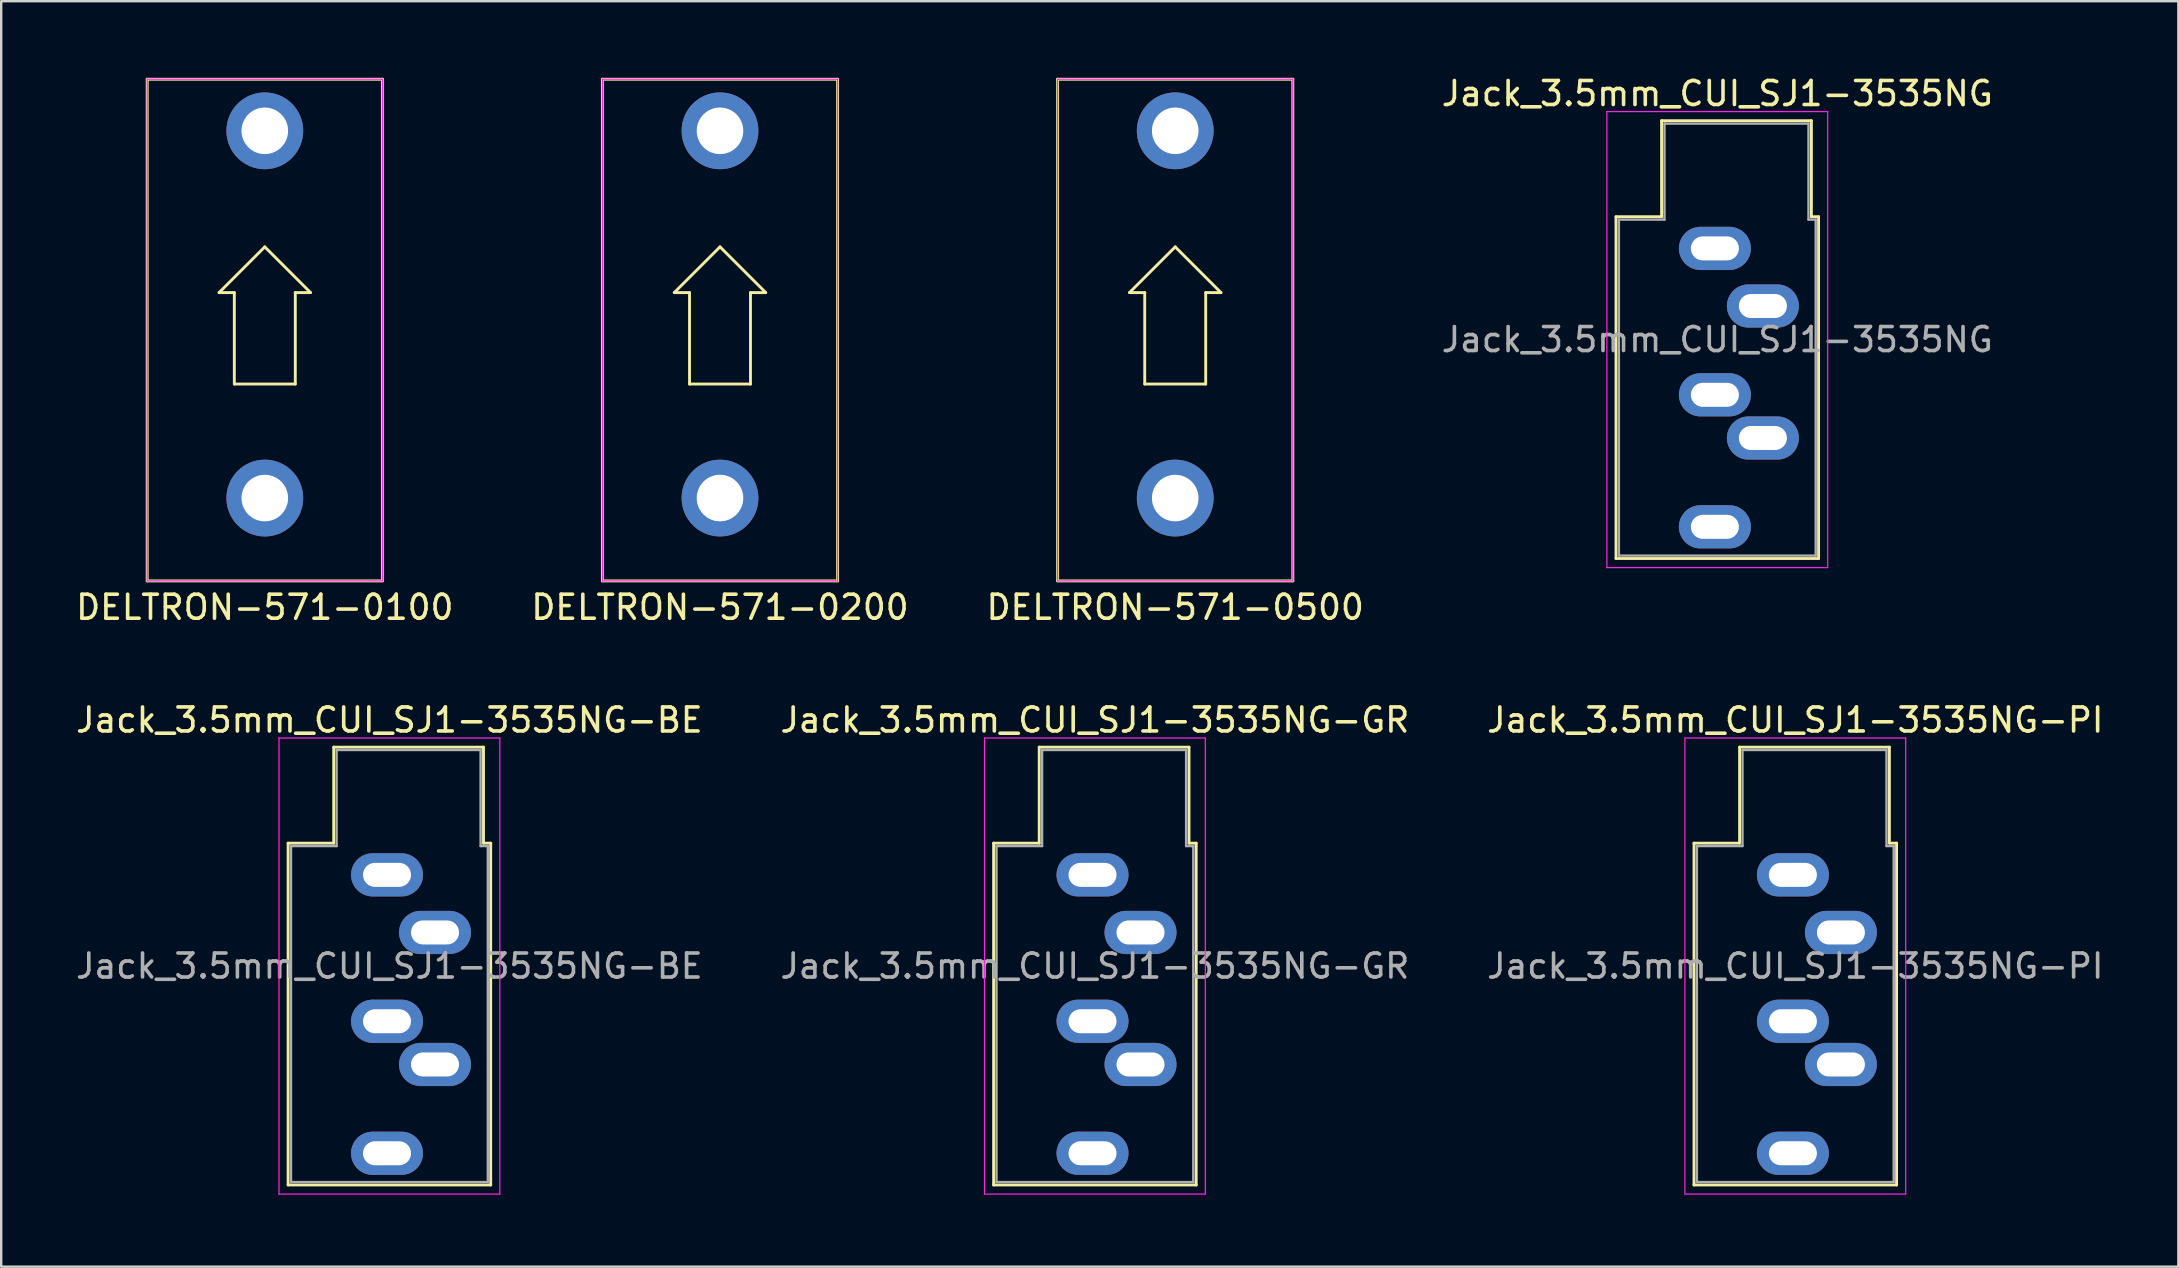
<source format=kicad_pcb>
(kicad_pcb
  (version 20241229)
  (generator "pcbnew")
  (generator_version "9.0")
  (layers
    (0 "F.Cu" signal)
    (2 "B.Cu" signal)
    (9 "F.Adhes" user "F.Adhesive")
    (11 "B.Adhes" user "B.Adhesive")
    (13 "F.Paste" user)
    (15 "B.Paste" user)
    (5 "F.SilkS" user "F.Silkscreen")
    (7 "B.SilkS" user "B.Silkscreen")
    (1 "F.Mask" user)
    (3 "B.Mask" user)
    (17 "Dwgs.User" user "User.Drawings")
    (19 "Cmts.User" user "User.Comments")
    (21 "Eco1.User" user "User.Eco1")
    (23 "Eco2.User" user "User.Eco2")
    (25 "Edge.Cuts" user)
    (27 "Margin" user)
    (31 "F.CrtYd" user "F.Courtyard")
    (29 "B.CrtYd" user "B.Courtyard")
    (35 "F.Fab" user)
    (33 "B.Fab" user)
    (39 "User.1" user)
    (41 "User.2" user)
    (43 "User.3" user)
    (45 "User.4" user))
  (footprint "Jack_3.5mm_CUI_SJ1-3535NG-PI"
    (layer "F.Cu")
    (at 71.644 33.397)
    (property "Reference" "Jack_3.5mm_CUI_SJ1-3535NG-PI" (at 0.1 -6.45 0) (layer "F.SilkS") (effects (font (size 1 1) (thickness 0.15))))
    (attr through_hole)
    (fp_line (start -4.12 -1.32) (end -2.22 -1.32) (stroke (width 0.12) (type solid)) (layer "F.SilkS"))
    (fp_line (start -4.12 12.92) (end -4.12 -1.32) (stroke (width 0.12) (type solid)) (layer "F.SilkS"))
    (fp_line (start -2.22 -5.32) (end 4.02 -5.32) (stroke (width 0.12) (type solid)) (layer "F.SilkS"))
    (fp_line (start -2.22 -1.32) (end -2.22 -5.32) (stroke (width 0.12) (type solid)) (layer "F.SilkS"))
    (fp_line (start 4.02 -5.32) (end 4.02 -1.32) (stroke (width 0.12) (type solid)) (layer "F.SilkS"))
    (fp_line (start 4.02 -1.32) (end 4.32 -1.32) (stroke (width 0.12) (type solid)) (layer "F.SilkS"))
    (fp_line (start 4.32 -1.32) (end 4.32 12.92) (stroke (width 0.12) (type solid)) (layer "F.SilkS"))
    (fp_line (start 4.32 12.92) (end -4.12 12.92) (stroke (width 0.12) (type solid)) (layer "F.SilkS"))
    (fp_line (start -4.5 -5.7) (end -4.5 13.3) (stroke (width 0.05) (type solid)) (layer "F.CrtYd"))
    (fp_line (start -4.5 13.3) (end 4.7 13.3) (stroke (width 0.05) (type solid)) (layer "F.CrtYd"))
    (fp_line (start 4.7 -5.7) (end -4.5 -5.7) (stroke (width 0.05) (type solid)) (layer "F.CrtYd"))
    (fp_line (start 4.7 13.3) (end 4.7 -5.7) (stroke (width 0.05) (type solid)) (layer "F.CrtYd"))
    (fp_line (start -4 -1.2) (end -2.1 -1.2) (stroke (width 0.1) (type solid)) (layer "F.Fab"))
    (fp_line (start -4 12.8) (end -4 -1.2) (stroke (width 0.1) (type solid)) (layer "F.Fab"))
    (fp_line (start -2.1 -5.2) (end 3.9 -5.2) (stroke (width 0.1) (type solid)) (layer "F.Fab"))
    (fp_line (start -2.1 -1.2) (end -2.1 -5.2) (stroke (width 0.1) (type solid)) (layer "F.Fab"))
    (fp_line (start 3.9 -5.2) (end 3.9 -1.2) (stroke (width 0.1) (type solid)) (layer "F.Fab"))
    (fp_line (start 3.9 -1.2) (end 4.2 -1.2) (stroke (width 0.1) (type solid)) (layer "F.Fab"))
    (fp_line (start 4.2 -1.2) (end 4.2 12.8) (stroke (width 0.1) (type solid)) (layer "F.Fab"))
    (fp_line (start 4.2 12.8) (end -4 12.8) (stroke (width 0.1) (type solid)) (layer "F.Fab"))
    (fp_text user "${REFERENCE}" (at 0.1 3.8 0) (layer "F.Fab") (effects (font (size 1 1) (thickness 0.15))))
    (pad "R" thru_hole oval (at 2 7.9) (size 3 1.8) (drill oval 2 1) (layers "*.Cu" "*.Mask"))
    (pad "RN" thru_hole oval (at 0 6.1) (size 3 1.8) (drill oval 2 1) (layers "*.Cu" "*.Mask"))
    (pad "S" thru_hole oval (at 0 0) (size 3 1.8) (drill oval 2 1) (layers "*.Cu" "*.Mask"))
    (pad "T" thru_hole oval (at 2 2.4) (size 3 1.8) (drill oval 2 1) (layers "*.Cu" "*.Mask"))
    (pad "TN" thru_hole oval (at 0 11.6) (size 3 1.8) (drill oval 2 1) (layers "*.Cu" "*.Mask")))
  (footprint "DELTRON-571-0200"
    (layer "F.Cu")
    (at 26.946 0.25)
    (property "Reference" "DELTRON-571-0200" (at 0 22 180) (layer "F.SilkS") (effects (font (size 1 1) (thickness 0.15))))
    (attr through_hole)
    (fp_line (start -4.9 0) (end 4.9 0) (stroke (width 0.12) (type solid)) (layer "F.SilkS"))
    (fp_line (start -4.9 20.9) (end -4.9 0) (stroke (width 0.12) (type solid)) (layer "F.SilkS"))
    (fp_line (start -1.905 8.89) (end -1.27 8.89) (stroke (width 0.12) (type solid)) (layer "F.SilkS"))
    (fp_line (start -1.27 8.89) (end -1.27 12.7) (stroke (width 0.12) (type solid)) (layer "F.SilkS"))
    (fp_line (start -1.27 12.7) (end 1.27 12.7) (stroke (width 0.12) (type solid)) (layer "F.SilkS"))
    (fp_line (start 0 6.985) (end -1.905 8.89) (stroke (width 0.12) (type solid)) (layer "F.SilkS"))
    (fp_line (start 1.27 8.89) (end 1.905 8.89) (stroke (width 0.12) (type solid)) (layer "F.SilkS"))
    (fp_line (start 1.27 12.7) (end 1.27 8.89) (stroke (width 0.12) (type solid)) (layer "F.SilkS"))
    (fp_line (start 1.905 8.89) (end 0 6.985) (stroke (width 0.12) (type solid)) (layer "F.SilkS"))
    (fp_line (start 4.9 0) (end 4.9 20.9) (stroke (width 0.12) (type solid)) (layer "F.SilkS"))
    (fp_line (start 4.9 20.9) (end -4.9 20.9) (stroke (width 0.12) (type solid)) (layer "F.SilkS"))
    (fp_line (start -4.9 0) (end 4.9 0) (stroke (width 0.05) (type default)) (layer "F.CrtYd"))
    (fp_line (start -4.9 20.9) (end -4.9 0) (stroke (width 0.05) (type default)) (layer "F.CrtYd"))
    (fp_line (start 4.9 0) (end 4.9 20.9) (stroke (width 0.05) (type default)) (layer "F.CrtYd"))
    (fp_line (start 4.9 20.9) (end -4.9 20.9) (stroke (width 0.05) (type default)) (layer "F.CrtYd"))
    (pad "1" thru_hole circle (at 0 2.15) (size 3.2 3.2) (drill 1.94) (layers "*.Cu" "*.Mask"))
    (pad "1" thru_hole circle (at 0 17.45) (size 3.2 3.2) (drill 1.94) (layers "*.Cu" "*.Mask")))
  (footprint "Jack_3.5mm_CUI_SJ1-3535NG-BE"
    (layer "F.Cu")
    (at 13.073 33.397)
    (property "Reference" "Jack_3.5mm_CUI_SJ1-3535NG-BE" (at 0.1 -6.45 0) (layer "F.SilkS") (effects (font (size 1 1) (thickness 0.15))))
    (attr through_hole)
    (fp_line (start -4.12 -1.32) (end -2.22 -1.32) (stroke (width 0.12) (type solid)) (layer "F.SilkS"))
    (fp_line (start -4.12 12.92) (end -4.12 -1.32) (stroke (width 0.12) (type solid)) (layer "F.SilkS"))
    (fp_line (start -2.22 -5.32) (end 4.02 -5.32) (stroke (width 0.12) (type solid)) (layer "F.SilkS"))
    (fp_line (start -2.22 -1.32) (end -2.22 -5.32) (stroke (width 0.12) (type solid)) (layer "F.SilkS"))
    (fp_line (start 4.02 -5.32) (end 4.02 -1.32) (stroke (width 0.12) (type solid)) (layer "F.SilkS"))
    (fp_line (start 4.02 -1.32) (end 4.32 -1.32) (stroke (width 0.12) (type solid)) (layer "F.SilkS"))
    (fp_line (start 4.32 -1.32) (end 4.32 12.92) (stroke (width 0.12) (type solid)) (layer "F.SilkS"))
    (fp_line (start 4.32 12.92) (end -4.12 12.92) (stroke (width 0.12) (type solid)) (layer "F.SilkS"))
    (fp_line (start -4.5 -5.7) (end -4.5 13.3) (stroke (width 0.05) (type solid)) (layer "F.CrtYd"))
    (fp_line (start -4.5 13.3) (end 4.7 13.3) (stroke (width 0.05) (type solid)) (layer "F.CrtYd"))
    (fp_line (start 4.7 -5.7) (end -4.5 -5.7) (stroke (width 0.05) (type solid)) (layer "F.CrtYd"))
    (fp_line (start 4.7 13.3) (end 4.7 -5.7) (stroke (width 0.05) (type solid)) (layer "F.CrtYd"))
    (fp_line (start -4 -1.2) (end -2.1 -1.2) (stroke (width 0.1) (type solid)) (layer "F.Fab"))
    (fp_line (start -4 12.8) (end -4 -1.2) (stroke (width 0.1) (type solid)) (layer "F.Fab"))
    (fp_line (start -2.1 -5.2) (end 3.9 -5.2) (stroke (width 0.1) (type solid)) (layer "F.Fab"))
    (fp_line (start -2.1 -1.2) (end -2.1 -5.2) (stroke (width 0.1) (type solid)) (layer "F.Fab"))
    (fp_line (start 3.9 -5.2) (end 3.9 -1.2) (stroke (width 0.1) (type solid)) (layer "F.Fab"))
    (fp_line (start 3.9 -1.2) (end 4.2 -1.2) (stroke (width 0.1) (type solid)) (layer "F.Fab"))
    (fp_line (start 4.2 -1.2) (end 4.2 12.8) (stroke (width 0.1) (type solid)) (layer "F.Fab"))
    (fp_line (start 4.2 12.8) (end -4 12.8) (stroke (width 0.1) (type solid)) (layer "F.Fab"))
    (fp_text user "${REFERENCE}" (at 0.1 3.8 0) (layer "F.Fab") (effects (font (size 1 1) (thickness 0.15))))
    (pad "R" thru_hole oval (at 2 7.9) (size 3 1.8) (drill oval 2 1) (layers "*.Cu" "*.Mask"))
    (pad "RN" thru_hole oval (at 0 6.1) (size 3 1.8) (drill oval 2 1) (layers "*.Cu" "*.Mask"))
    (pad "S" thru_hole oval (at 0 0) (size 3 1.8) (drill oval 2 1) (layers "*.Cu" "*.Mask"))
    (pad "T" thru_hole oval (at 2 2.4) (size 3 1.8) (drill oval 2 1) (layers "*.Cu" "*.Mask"))
    (pad "TN" thru_hole oval (at 0 11.6) (size 3 1.8) (drill oval 2 1) (layers "*.Cu" "*.Mask")))
  (footprint "Jack_3.5mm_CUI_SJ1-3535NG"
    (layer "F.Cu")
    (at 68.394 7.298)
    (property "Reference" "Jack_3.5mm_CUI_SJ1-3535NG" (at 0.1 -6.45 0) (layer "F.SilkS") (effects (font (size 1 1) (thickness 0.15))))
    (attr through_hole)
    (fp_line (start -4.12 -1.32) (end -2.22 -1.32) (stroke (width 0.12) (type solid)) (layer "F.SilkS"))
    (fp_line (start -4.12 12.92) (end -4.12 -1.32) (stroke (width 0.12) (type solid)) (layer "F.SilkS"))
    (fp_line (start -2.22 -5.32) (end 4.02 -5.32) (stroke (width 0.12) (type solid)) (layer "F.SilkS"))
    (fp_line (start -2.22 -1.32) (end -2.22 -5.32) (stroke (width 0.12) (type solid)) (layer "F.SilkS"))
    (fp_line (start 4.02 -5.32) (end 4.02 -1.32) (stroke (width 0.12) (type solid)) (layer "F.SilkS"))
    (fp_line (start 4.02 -1.32) (end 4.32 -1.32) (stroke (width 0.12) (type solid)) (layer "F.SilkS"))
    (fp_line (start 4.32 -1.32) (end 4.32 12.92) (stroke (width 0.12) (type solid)) (layer "F.SilkS"))
    (fp_line (start 4.32 12.92) (end -4.12 12.92) (stroke (width 0.12) (type solid)) (layer "F.SilkS"))
    (fp_line (start -4.5 -5.7) (end -4.5 13.3) (stroke (width 0.05) (type solid)) (layer "F.CrtYd"))
    (fp_line (start -4.5 13.3) (end 4.7 13.3) (stroke (width 0.05) (type solid)) (layer "F.CrtYd"))
    (fp_line (start 4.7 -5.7) (end -4.5 -5.7) (stroke (width 0.05) (type solid)) (layer "F.CrtYd"))
    (fp_line (start 4.7 13.3) (end 4.7 -5.7) (stroke (width 0.05) (type solid)) (layer "F.CrtYd"))
    (fp_line (start -4 -1.2) (end -2.1 -1.2) (stroke (width 0.1) (type solid)) (layer "F.Fab"))
    (fp_line (start -4 12.8) (end -4 -1.2) (stroke (width 0.1) (type solid)) (layer "F.Fab"))
    (fp_line (start -2.1 -5.2) (end 3.9 -5.2) (stroke (width 0.1) (type solid)) (layer "F.Fab"))
    (fp_line (start -2.1 -1.2) (end -2.1 -5.2) (stroke (width 0.1) (type solid)) (layer "F.Fab"))
    (fp_line (start 3.9 -5.2) (end 3.9 -1.2) (stroke (width 0.1) (type solid)) (layer "F.Fab"))
    (fp_line (start 3.9 -1.2) (end 4.2 -1.2) (stroke (width 0.1) (type solid)) (layer "F.Fab"))
    (fp_line (start 4.2 -1.2) (end 4.2 12.8) (stroke (width 0.1) (type solid)) (layer "F.Fab"))
    (fp_line (start 4.2 12.8) (end -4 12.8) (stroke (width 0.1) (type solid)) (layer "F.Fab"))
    (fp_text user "${REFERENCE}" (at 0.1 3.8 0) (layer "F.Fab") (effects (font (size 1 1) (thickness 0.15))))
    (pad "R" thru_hole oval (at 2 7.9) (size 3 1.8) (drill oval 2 1) (layers "*.Cu" "*.Mask"))
    (pad "RN" thru_hole oval (at 0 6.1) (size 3 1.8) (drill oval 2 1) (layers "*.Cu" "*.Mask"))
    (pad "S" thru_hole oval (at 0 0) (size 3 1.8) (drill oval 2 1) (layers "*.Cu" "*.Mask"))
    (pad "T" thru_hole oval (at 2 2.4) (size 3 1.8) (drill oval 2 1) (layers "*.Cu" "*.Mask"))
    (pad "TN" thru_hole oval (at 0 11.6) (size 3 1.8) (drill oval 2 1) (layers "*.Cu" "*.Mask")))
  (footprint "Jack_3.5mm_CUI_SJ1-3535NG-GR"
    (layer "F.Cu")
    (at 42.465 33.397)
    (property "Reference" "Jack_3.5mm_CUI_SJ1-3535NG-GR" (at 0.1 -6.45 0) (layer "F.SilkS") (effects (font (size 1 1) (thickness 0.15))))
    (attr through_hole)
    (fp_line (start -4.12 -1.32) (end -2.22 -1.32) (stroke (width 0.12) (type solid)) (layer "F.SilkS"))
    (fp_line (start -4.12 12.92) (end -4.12 -1.32) (stroke (width 0.12) (type solid)) (layer "F.SilkS"))
    (fp_line (start -2.22 -5.32) (end 4.02 -5.32) (stroke (width 0.12) (type solid)) (layer "F.SilkS"))
    (fp_line (start -2.22 -1.32) (end -2.22 -5.32) (stroke (width 0.12) (type solid)) (layer "F.SilkS"))
    (fp_line (start 4.02 -5.32) (end 4.02 -1.32) (stroke (width 0.12) (type solid)) (layer "F.SilkS"))
    (fp_line (start 4.02 -1.32) (end 4.32 -1.32) (stroke (width 0.12) (type solid)) (layer "F.SilkS"))
    (fp_line (start 4.32 -1.32) (end 4.32 12.92) (stroke (width 0.12) (type solid)) (layer "F.SilkS"))
    (fp_line (start 4.32 12.92) (end -4.12 12.92) (stroke (width 0.12) (type solid)) (layer "F.SilkS"))
    (fp_line (start -4.5 -5.7) (end -4.5 13.3) (stroke (width 0.05) (type solid)) (layer "F.CrtYd"))
    (fp_line (start -4.5 13.3) (end 4.7 13.3) (stroke (width 0.05) (type solid)) (layer "F.CrtYd"))
    (fp_line (start 4.7 -5.7) (end -4.5 -5.7) (stroke (width 0.05) (type solid)) (layer "F.CrtYd"))
    (fp_line (start 4.7 13.3) (end 4.7 -5.7) (stroke (width 0.05) (type solid)) (layer "F.CrtYd"))
    (fp_line (start -4 -1.2) (end -2.1 -1.2) (stroke (width 0.1) (type solid)) (layer "F.Fab"))
    (fp_line (start -4 12.8) (end -4 -1.2) (stroke (width 0.1) (type solid)) (layer "F.Fab"))
    (fp_line (start -2.1 -5.2) (end 3.9 -5.2) (stroke (width 0.1) (type solid)) (layer "F.Fab"))
    (fp_line (start -2.1 -1.2) (end -2.1 -5.2) (stroke (width 0.1) (type solid)) (layer "F.Fab"))
    (fp_line (start 3.9 -5.2) (end 3.9 -1.2) (stroke (width 0.1) (type solid)) (layer "F.Fab"))
    (fp_line (start 3.9 -1.2) (end 4.2 -1.2) (stroke (width 0.1) (type solid)) (layer "F.Fab"))
    (fp_line (start 4.2 -1.2) (end 4.2 12.8) (stroke (width 0.1) (type solid)) (layer "F.Fab"))
    (fp_line (start 4.2 12.8) (end -4 12.8) (stroke (width 0.1) (type solid)) (layer "F.Fab"))
    (fp_text user "${REFERENCE}" (at 0.1 3.8 0) (layer "F.Fab") (effects (font (size 1 1) (thickness 0.15))))
    (pad "R" thru_hole oval (at 2 7.9) (size 3 1.8) (drill oval 2 1) (layers "*.Cu" "*.Mask"))
    (pad "RN" thru_hole oval (at 0 6.1) (size 3 1.8) (drill oval 2 1) (layers "*.Cu" "*.Mask"))
    (pad "S" thru_hole oval (at 0 0) (size 3 1.8) (drill oval 2 1) (layers "*.Cu" "*.Mask"))
    (pad "T" thru_hole oval (at 2 2.4) (size 3 1.8) (drill oval 2 1) (layers "*.Cu" "*.Mask"))
    (pad "TN" thru_hole oval (at 0 11.6) (size 3 1.8) (drill oval 2 1) (layers "*.Cu" "*.Mask")))
  (footprint "DELTRON-571-0100"
    (layer "F.Cu")
    (at 7.982 0.25)
    (property "Reference" "DELTRON-571-0100" (at 0 22 180) (layer "F.SilkS") (effects (font (size 1 1) (thickness 0.15))))
    (attr through_hole)
    (fp_line (start -4.9 0) (end 4.9 0) (stroke (width 0.12) (type solid)) (layer "F.SilkS"))
    (fp_line (start -4.9 20.9) (end -4.9 0) (stroke (width 0.12) (type solid)) (layer "F.SilkS"))
    (fp_line (start -1.905 8.89) (end -1.27 8.89) (stroke (width 0.12) (type solid)) (layer "F.SilkS"))
    (fp_line (start -1.27 8.89) (end -1.27 12.7) (stroke (width 0.12) (type solid)) (layer "F.SilkS"))
    (fp_line (start -1.27 12.7) (end 1.27 12.7) (stroke (width 0.12) (type solid)) (layer "F.SilkS"))
    (fp_line (start 0 6.985) (end -1.905 8.89) (stroke (width 0.12) (type solid)) (layer "F.SilkS"))
    (fp_line (start 1.27 8.89) (end 1.905 8.89) (stroke (width 0.12) (type solid)) (layer "F.SilkS"))
    (fp_line (start 1.27 12.7) (end 1.27 8.89) (stroke (width 0.12) (type solid)) (layer "F.SilkS"))
    (fp_line (start 1.905 8.89) (end 0 6.985) (stroke (width 0.12) (type solid)) (layer "F.SilkS"))
    (fp_line (start 4.9 0) (end 4.9 20.9) (stroke (width 0.12) (type solid)) (layer "F.SilkS"))
    (fp_line (start 4.9 20.9) (end -4.9 20.9) (stroke (width 0.12) (type solid)) (layer "F.SilkS"))
    (fp_line (start -4.9 0) (end 4.9 0) (stroke (width 0.05) (type default)) (layer "F.CrtYd"))
    (fp_line (start -4.9 20.9) (end -4.9 0) (stroke (width 0.05) (type default)) (layer "F.CrtYd"))
    (fp_line (start 4.9 0) (end 4.9 20.9) (stroke (width 0.05) (type default)) (layer "F.CrtYd"))
    (fp_line (start 4.9 20.9) (end -4.9 20.9) (stroke (width 0.05) (type default)) (layer "F.CrtYd"))
    (pad "1" thru_hole circle (at 0 2.15) (size 3.2 3.2) (drill 1.94) (layers "*.Cu" "*.Mask"))
    (pad "1" thru_hole circle (at 0 17.45) (size 3.2 3.2) (drill 1.94) (layers "*.Cu" "*.Mask")))
  (footprint "DELTRON-571-0500"
    (layer "F.Cu")
    (at 45.911 0.25)
    (property "Reference" "DELTRON-571-0500" (at 0 22 180) (layer "F.SilkS") (effects (font (size 1 1) (thickness 0.15))))
    (attr through_hole)
    (fp_line (start -4.9 0) (end 4.9 0) (stroke (width 0.12) (type solid)) (layer "F.SilkS"))
    (fp_line (start -4.9 20.9) (end -4.9 0) (stroke (width 0.12) (type solid)) (layer "F.SilkS"))
    (fp_line (start -1.905 8.89) (end -1.27 8.89) (stroke (width 0.12) (type solid)) (layer "F.SilkS"))
    (fp_line (start -1.27 8.89) (end -1.27 12.7) (stroke (width 0.12) (type solid)) (layer "F.SilkS"))
    (fp_line (start -1.27 12.7) (end 1.27 12.7) (stroke (width 0.12) (type solid)) (layer "F.SilkS"))
    (fp_line (start 0 6.985) (end -1.905 8.89) (stroke (width 0.12) (type solid)) (layer "F.SilkS"))
    (fp_line (start 1.27 8.89) (end 1.905 8.89) (stroke (width 0.12) (type solid)) (layer "F.SilkS"))
    (fp_line (start 1.27 12.7) (end 1.27 8.89) (stroke (width 0.12) (type solid)) (layer "F.SilkS"))
    (fp_line (start 1.905 8.89) (end 0 6.985) (stroke (width 0.12) (type solid)) (layer "F.SilkS"))
    (fp_line (start 4.9 0) (end 4.9 20.9) (stroke (width 0.12) (type solid)) (layer "F.SilkS"))
    (fp_line (start 4.9 20.9) (end -4.9 20.9) (stroke (width 0.12) (type solid)) (layer "F.SilkS"))
    (fp_line (start -4.9 0) (end 4.9 0) (stroke (width 0.05) (type default)) (layer "F.CrtYd"))
    (fp_line (start -4.9 20.9) (end -4.9 0) (stroke (width 0.05) (type default)) (layer "F.CrtYd"))
    (fp_line (start 4.9 0) (end 4.9 20.9) (stroke (width 0.05) (type default)) (layer "F.CrtYd"))
    (fp_line (start 4.9 20.9) (end -4.9 20.9) (stroke (width 0.05) (type default)) (layer "F.CrtYd"))
    (pad "1" thru_hole circle (at 0 2.15) (size 3.2 3.2) (drill 1.94) (layers "*.Cu" "*.Mask"))
    (pad "1" thru_hole circle (at 0 17.45) (size 3.2 3.2) (drill 1.94) (layers "*.Cu" "*.Mask")))
  (gr_rect
    (start -3 -3)
    (end 87.702 49.721)
    (stroke (width 0.1) (type default))
    (fill no)
    (layer "Edge.Cuts")))
</source>
